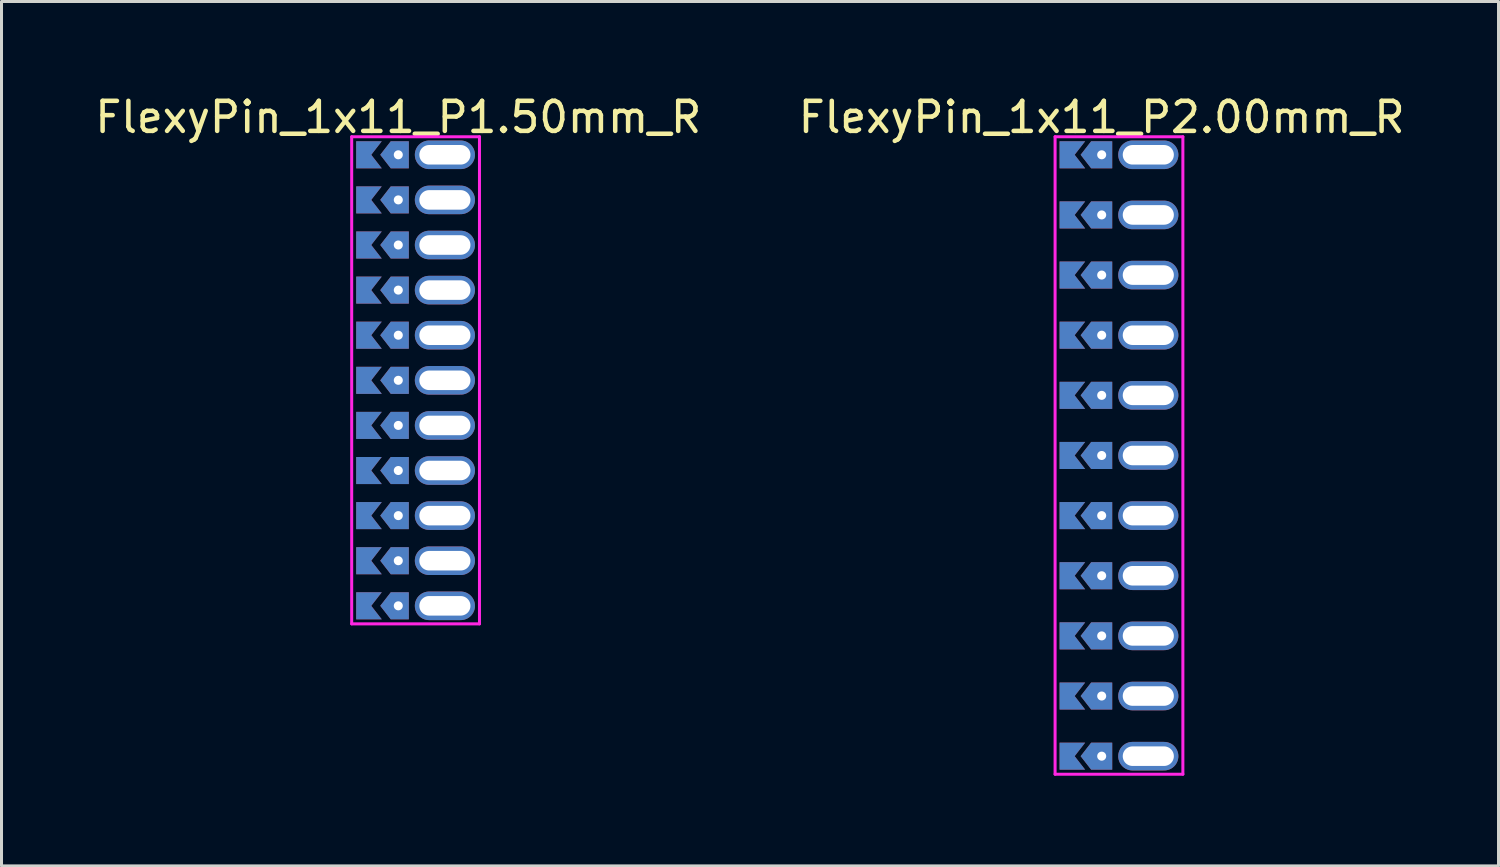
<source format=kicad_pcb>
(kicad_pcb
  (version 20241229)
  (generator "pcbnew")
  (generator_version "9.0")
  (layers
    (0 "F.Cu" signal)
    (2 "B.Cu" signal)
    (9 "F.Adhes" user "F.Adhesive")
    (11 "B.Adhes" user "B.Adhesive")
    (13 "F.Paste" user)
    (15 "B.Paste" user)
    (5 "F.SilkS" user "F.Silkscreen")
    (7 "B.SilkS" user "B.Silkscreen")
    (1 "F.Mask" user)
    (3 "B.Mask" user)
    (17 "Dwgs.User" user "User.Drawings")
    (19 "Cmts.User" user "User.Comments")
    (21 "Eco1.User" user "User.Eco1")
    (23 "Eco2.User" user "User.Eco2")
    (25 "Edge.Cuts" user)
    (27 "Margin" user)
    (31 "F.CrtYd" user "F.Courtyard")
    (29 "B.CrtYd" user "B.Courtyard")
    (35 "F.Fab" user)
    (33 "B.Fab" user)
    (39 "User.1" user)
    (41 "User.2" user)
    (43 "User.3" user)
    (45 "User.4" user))
  (footprint "FlexyPin_1x11_P2.00mm_R"
    (layer "F.Cu")
    (at 33.589 2.098)
    (property "Reference" "FlexyPin_1x11_P2.00mm_R" (at 0 -1.25 0) (layer "F.SilkS") (effects (font (size 1 1) (thickness 0.15))))
    (attr through_hole)
    (fp_line (start -1.55 -0.6) (end 2.7 -0.6) (stroke (width 0.1) (type solid)) (layer "F.CrtYd"))
    (fp_line (start -1.55 20.6) (end -1.55 -0.6) (stroke (width 0.1) (type solid)) (layer "F.CrtYd"))
    (fp_line (start 2.7 -0.6) (end 2.7 20.6) (stroke (width 0.1) (type solid)) (layer "F.CrtYd"))
    (fp_line (start 2.7 20.6) (end -1.55 20.6) (stroke (width 0.1) (type solid)) (layer "F.CrtYd"))
    (pad "" thru_hole custom (at 0 0) (size 0.3 0.3) (drill 0.6) (layers "*.Cu" "*.Mask") (options (anchor rect)) (primitives (gr_poly (pts (xy 0.35 0.45) (xy 0.35 -0.45) (xy -0.35 -0.45) (xy -0.7 0) (xy -0.35 0.45)) (width 0) (fill yes))))
    (pad "" thru_hole custom (at 0 2) (size 0.3 0.3) (drill 0.6) (layers "*.Cu" "*.Mask") (options (anchor rect)) (primitives (gr_poly (pts (xy 0.35 0.45) (xy 0.35 -0.45) (xy -0.35 -0.45) (xy -0.7 0) (xy -0.35 0.45)) (width 0) (fill yes))))
    (pad "" thru_hole custom (at 0 4) (size 0.3 0.3) (drill 0.6) (layers "*.Cu" "*.Mask") (options (anchor rect)) (primitives (gr_poly (pts (xy 0.35 0.45) (xy 0.35 -0.45) (xy -0.35 -0.45) (xy -0.7 0) (xy -0.35 0.45)) (width 0) (fill yes))))
    (pad "" thru_hole custom (at 0 6) (size 0.3 0.3) (drill 0.6) (layers "*.Cu" "*.Mask") (options (anchor rect)) (primitives (gr_poly (pts (xy 0.35 0.45) (xy 0.35 -0.45) (xy -0.35 -0.45) (xy -0.7 0) (xy -0.35 0.45)) (width 0) (fill yes))))
    (pad "" thru_hole custom (at 0 8) (size 0.3 0.3) (drill 0.6) (layers "*.Cu" "*.Mask") (options (anchor rect)) (primitives (gr_poly (pts (xy 0.35 0.45) (xy 0.35 -0.45) (xy -0.35 -0.45) (xy -0.7 0) (xy -0.35 0.45)) (width 0) (fill yes))))
    (pad "" thru_hole custom (at 0 10) (size 0.3 0.3) (drill 0.6) (layers "*.Cu" "*.Mask") (options (anchor rect)) (primitives (gr_poly (pts (xy 0.35 0.45) (xy 0.35 -0.45) (xy -0.35 -0.45) (xy -0.7 0) (xy -0.35 0.45)) (width 0) (fill yes))))
    (pad "" thru_hole custom (at 0 12) (size 0.3 0.3) (drill 0.6) (layers "*.Cu" "*.Mask") (options (anchor rect)) (primitives (gr_poly (pts (xy 0.35 0.45) (xy 0.35 -0.45) (xy -0.35 -0.45) (xy -0.7 0) (xy -0.35 0.45)) (width 0) (fill yes))))
    (pad "" thru_hole custom (at 0 14) (size 0.3 0.3) (drill 0.6) (layers "*.Cu" "*.Mask") (options (anchor rect)) (primitives (gr_poly (pts (xy 0.35 0.45) (xy 0.35 -0.45) (xy -0.35 -0.45) (xy -0.7 0) (xy -0.35 0.45)) (width 0) (fill yes))))
    (pad "" thru_hole custom (at 0 16) (size 0.3 0.3) (drill 0.6) (layers "*.Cu" "*.Mask") (options (anchor rect)) (primitives (gr_poly (pts (xy 0.35 0.45) (xy 0.35 -0.45) (xy -0.35 -0.45) (xy -0.7 0) (xy -0.35 0.45)) (width 0) (fill yes))))
    (pad "" thru_hole custom (at 0 18) (size 0.3 0.3) (drill 0.6) (layers "*.Cu" "*.Mask") (options (anchor rect)) (primitives (gr_poly (pts (xy 0.35 0.45) (xy 0.35 -0.45) (xy -0.35 -0.45) (xy -0.7 0) (xy -0.35 0.45)) (width 0) (fill yes))))
    (pad "" thru_hole custom (at 0 20) (size 0.3 0.3) (drill 0.6) (layers "*.Cu" "*.Mask") (options (anchor rect)) (primitives (gr_poly (pts (xy 0.35 0.45) (xy 0.35 -0.45) (xy -0.35 -0.45) (xy -0.7 0) (xy -0.35 0.45)) (width 0) (fill yes))))
    (pad "" thru_hole oval (at 1.55 0) (size 2 0.95) (drill oval 1.7 0.65) (layers "*.Cu" "*.Mask"))
    (pad "" thru_hole oval (at 1.55 2) (size 2 0.95) (drill oval 1.7 0.65) (layers "*.Cu" "*.Mask"))
    (pad "" thru_hole oval (at 1.55 4) (size 2 0.95) (drill oval 1.7 0.65) (layers "*.Cu" "*.Mask"))
    (pad "" thru_hole oval (at 1.55 6) (size 2 0.95) (drill oval 1.7 0.65) (layers "*.Cu" "*.Mask"))
    (pad "" thru_hole oval (at 1.55 8) (size 2 0.95) (drill oval 1.7 0.65) (layers "*.Cu" "*.Mask"))
    (pad "" thru_hole oval (at 1.55 10) (size 2 0.95) (drill oval 1.7 0.65) (layers "*.Cu" "*.Mask"))
    (pad "" thru_hole oval (at 1.55 12) (size 2 0.95) (drill oval 1.7 0.65) (layers "*.Cu" "*.Mask"))
    (pad "" thru_hole oval (at 1.55 14) (size 2 0.95) (drill oval 1.7 0.65) (layers "*.Cu" "*.Mask"))
    (pad "" thru_hole oval (at 1.55 16) (size 2 0.95) (drill oval 1.7 0.65) (layers "*.Cu" "*.Mask"))
    (pad "" thru_hole oval (at 1.55 18) (size 2 0.95) (drill oval 1.7 0.65) (layers "*.Cu" "*.Mask"))
    (pad "" thru_hole oval (at 1.55 20) (size 2 0.95) (drill oval 1.7 0.65) (layers "*.Cu" "*.Mask"))
    (pad "1" smd custom (at -0.9 0) (size 0.01 0.01) (layers "F.Cu" "F.Mask") (options (anchor rect)) (primitives (gr_poly (pts (xy 0 0) (xy 0.35 0.45) (xy -0.5 0.45) (xy -0.5 -0.45) (xy 0.35 -0.45)) (width 0) (fill yes))))
    (pad "1" smd custom (at -0.9 2) (size 0.01 0.01) (layers "F.Cu" "F.Mask") (options (anchor rect)) (primitives (gr_poly (pts (xy 0 0) (xy 0.35 0.45) (xy -0.5 0.45) (xy -0.5 -0.45) (xy 0.35 -0.45)) (width 0) (fill yes))))
    (pad "1" smd custom (at -0.9 4) (size 0.01 0.01) (layers "F.Cu" "F.Mask") (options (anchor rect)) (primitives (gr_poly (pts (xy 0 0) (xy 0.35 0.45) (xy -0.5 0.45) (xy -0.5 -0.45) (xy 0.35 -0.45)) (width 0) (fill yes))))
    (pad "1" smd custom (at -0.9 6) (size 0.01 0.01) (layers "F.Cu" "F.Mask") (options (anchor rect)) (primitives (gr_poly (pts (xy 0 0) (xy 0.35 0.45) (xy -0.5 0.45) (xy -0.5 -0.45) (xy 0.35 -0.45)) (width 0) (fill yes))))
    (pad "1" smd custom (at -0.9 8) (size 0.01 0.01) (layers "F.Cu" "F.Mask") (options (anchor rect)) (primitives (gr_poly (pts (xy 0 0) (xy 0.35 0.45) (xy -0.5 0.45) (xy -0.5 -0.45) (xy 0.35 -0.45)) (width 0) (fill yes))))
    (pad "1" smd custom (at -0.9 10) (size 0.01 0.01) (layers "F.Cu" "F.Mask") (options (anchor rect)) (primitives (gr_poly (pts (xy 0 0) (xy 0.35 0.45) (xy -0.5 0.45) (xy -0.5 -0.45) (xy 0.35 -0.45)) (width 0) (fill yes))))
    (pad "1" smd custom (at -0.9 12) (size 0.01 0.01) (layers "F.Cu" "F.Mask") (options (anchor rect)) (primitives (gr_poly (pts (xy 0 0) (xy 0.35 0.45) (xy -0.5 0.45) (xy -0.5 -0.45) (xy 0.35 -0.45)) (width 0) (fill yes))))
    (pad "1" smd custom (at -0.9 14) (size 0.01 0.01) (layers "F.Cu" "F.Mask") (options (anchor rect)) (primitives (gr_poly (pts (xy 0 0) (xy 0.35 0.45) (xy -0.5 0.45) (xy -0.5 -0.45) (xy 0.35 -0.45)) (width 0) (fill yes))))
    (pad "1" smd custom (at -0.9 16) (size 0.01 0.01) (layers "F.Cu" "F.Mask") (options (anchor rect)) (primitives (gr_poly (pts (xy 0 0) (xy 0.35 0.45) (xy -0.5 0.45) (xy -0.5 -0.45) (xy 0.35 -0.45)) (width 0) (fill yes))))
    (pad "1" smd custom (at -0.9 18) (size 0.01 0.01) (layers "F.Cu" "F.Mask") (options (anchor rect)) (primitives (gr_poly (pts (xy 0 0) (xy 0.35 0.45) (xy -0.5 0.45) (xy -0.5 -0.45) (xy 0.35 -0.45)) (width 0) (fill yes))))
    (pad "1" smd custom (at -0.9 20) (size 0.01 0.01) (layers "F.Cu" "F.Mask") (options (anchor rect)) (primitives (gr_poly (pts (xy 0 0) (xy 0.35 0.45) (xy -0.5 0.45) (xy -0.5 -0.45) (xy 0.35 -0.45)) (width 0) (fill yes))))
    (pad "2" smd custom (at -0.9 0) (size 0.01 0.01) (layers "B.Cu" "B.Mask") (options (anchor rect)) (primitives (gr_poly (pts (xy 0 0) (xy 0.35 0.45) (xy -0.5 0.45) (xy -0.5 -0.45) (xy 0.35 -0.45)) (width 0) (fill yes))))
    (pad "2" smd custom (at -0.9 2) (size 0.01 0.01) (layers "B.Cu" "B.Mask") (options (anchor rect)) (primitives (gr_poly (pts (xy 0 0) (xy 0.35 0.45) (xy -0.5 0.45) (xy -0.5 -0.45) (xy 0.35 -0.45)) (width 0) (fill yes))))
    (pad "2" smd custom (at -0.9 4) (size 0.01 0.01) (layers "B.Cu" "B.Mask") (options (anchor rect)) (primitives (gr_poly (pts (xy 0 0) (xy 0.35 0.45) (xy -0.5 0.45) (xy -0.5 -0.45) (xy 0.35 -0.45)) (width 0) (fill yes))))
    (pad "2" smd custom (at -0.9 6) (size 0.01 0.01) (layers "B.Cu" "B.Mask") (options (anchor rect)) (primitives (gr_poly (pts (xy 0 0) (xy 0.35 0.45) (xy -0.5 0.45) (xy -0.5 -0.45) (xy 0.35 -0.45)) (width 0) (fill yes))))
    (pad "2" smd custom (at -0.9 8) (size 0.01 0.01) (layers "B.Cu" "B.Mask") (options (anchor rect)) (primitives (gr_poly (pts (xy 0 0) (xy 0.35 0.45) (xy -0.5 0.45) (xy -0.5 -0.45) (xy 0.35 -0.45)) (width 0) (fill yes))))
    (pad "2" smd custom (at -0.9 10) (size 0.01 0.01) (layers "B.Cu" "B.Mask") (options (anchor rect)) (primitives (gr_poly (pts (xy 0 0) (xy 0.35 0.45) (xy -0.5 0.45) (xy -0.5 -0.45) (xy 0.35 -0.45)) (width 0) (fill yes))))
    (pad "2" smd custom (at -0.9 12) (size 0.01 0.01) (layers "B.Cu" "B.Mask") (options (anchor rect)) (primitives (gr_poly (pts (xy 0 0) (xy 0.35 0.45) (xy -0.5 0.45) (xy -0.5 -0.45) (xy 0.35 -0.45)) (width 0) (fill yes))))
    (pad "2" smd custom (at -0.9 14) (size 0.01 0.01) (layers "B.Cu" "B.Mask") (options (anchor rect)) (primitives (gr_poly (pts (xy 0 0) (xy 0.35 0.45) (xy -0.5 0.45) (xy -0.5 -0.45) (xy 0.35 -0.45)) (width 0) (fill yes))))
    (pad "2" smd custom (at -0.9 16) (size 0.01 0.01) (layers "B.Cu" "B.Mask") (options (anchor rect)) (primitives (gr_poly (pts (xy 0 0) (xy 0.35 0.45) (xy -0.5 0.45) (xy -0.5 -0.45) (xy 0.35 -0.45)) (width 0) (fill yes))))
    (pad "2" smd custom (at -0.9 18) (size 0.01 0.01) (layers "B.Cu" "B.Mask") (options (anchor rect)) (primitives (gr_poly (pts (xy 0 0) (xy 0.35 0.45) (xy -0.5 0.45) (xy -0.5 -0.45) (xy 0.35 -0.45)) (width 0) (fill yes))))
    (pad "2" smd custom (at -0.9 20) (size 0.01 0.01) (layers "B.Cu" "B.Mask") (options (anchor rect)) (primitives (gr_poly (pts (xy 0 0) (xy 0.35 0.45) (xy -0.5 0.45) (xy -0.5 -0.45) (xy 0.35 -0.45)) (width 0) (fill yes)))))
  (footprint "FlexyPin_1x11_P1.50mm_R"
    (layer "F.Cu")
    (at 10.196 2.098)
    (property "Reference" "FlexyPin_1x11_P1.50mm_R" (at 0 -1.25 0) (layer "F.SilkS") (effects (font (size 1 1) (thickness 0.15))))
    (attr through_hole)
    (fp_line (start -1.55 -0.6) (end 2.7 -0.6) (stroke (width 0.1) (type solid)) (layer "F.CrtYd"))
    (fp_line (start -1.55 15.6) (end -1.55 -0.6) (stroke (width 0.1) (type solid)) (layer "F.CrtYd"))
    (fp_line (start 2.7 -0.6) (end 2.7 15.6) (stroke (width 0.1) (type solid)) (layer "F.CrtYd"))
    (fp_line (start 2.7 15.6) (end -1.55 15.6) (stroke (width 0.1) (type solid)) (layer "F.CrtYd"))
    (pad "" thru_hole custom (at 0 0) (size 0.3 0.3) (drill 0.6) (layers "*.Cu" "*.Mask") (options (anchor rect)) (primitives (gr_poly (pts (xy 0.35 0.45) (xy 0.35 -0.45) (xy -0.25 -0.45) (xy -0.6 0) (xy -0.25 0.45)) (width 0) (fill yes))))
    (pad "" thru_hole custom (at 0 1.5) (size 0.3 0.3) (drill 0.6) (layers "*.Cu" "*.Mask") (options (anchor rect)) (primitives (gr_poly (pts (xy 0.35 0.45) (xy 0.35 -0.45) (xy -0.25 -0.45) (xy -0.6 0) (xy -0.25 0.45)) (width 0) (fill yes))))
    (pad "" thru_hole custom (at 0 3) (size 0.3 0.3) (drill 0.6) (layers "*.Cu" "*.Mask") (options (anchor rect)) (primitives (gr_poly (pts (xy 0.35 0.45) (xy 0.35 -0.45) (xy -0.25 -0.45) (xy -0.6 0) (xy -0.25 0.45)) (width 0) (fill yes))))
    (pad "" thru_hole custom (at 0 4.5) (size 0.3 0.3) (drill 0.6) (layers "*.Cu" "*.Mask") (options (anchor rect)) (primitives (gr_poly (pts (xy 0.35 0.45) (xy 0.35 -0.45) (xy -0.25 -0.45) (xy -0.6 0) (xy -0.25 0.45)) (width 0) (fill yes))))
    (pad "" thru_hole custom (at 0 6) (size 0.3 0.3) (drill 0.6) (layers "*.Cu" "*.Mask") (options (anchor rect)) (primitives (gr_poly (pts (xy 0.35 0.45) (xy 0.35 -0.45) (xy -0.25 -0.45) (xy -0.6 0) (xy -0.25 0.45)) (width 0) (fill yes))))
    (pad "" thru_hole custom (at 0 7.5) (size 0.3 0.3) (drill 0.6) (layers "*.Cu" "*.Mask") (options (anchor rect)) (primitives (gr_poly (pts (xy 0.35 0.45) (xy 0.35 -0.45) (xy -0.25 -0.45) (xy -0.6 0) (xy -0.25 0.45)) (width 0) (fill yes))))
    (pad "" thru_hole custom (at 0 9) (size 0.3 0.3) (drill 0.6) (layers "*.Cu" "*.Mask") (options (anchor rect)) (primitives (gr_poly (pts (xy 0.35 0.45) (xy 0.35 -0.45) (xy -0.25 -0.45) (xy -0.6 0) (xy -0.25 0.45)) (width 0) (fill yes))))
    (pad "" thru_hole custom (at 0 10.5) (size 0.3 0.3) (drill 0.6) (layers "*.Cu" "*.Mask") (options (anchor rect)) (primitives (gr_poly (pts (xy 0.35 0.45) (xy 0.35 -0.45) (xy -0.25 -0.45) (xy -0.6 0) (xy -0.25 0.45)) (width 0) (fill yes))))
    (pad "" thru_hole custom (at 0 12) (size 0.3 0.3) (drill 0.6) (layers "*.Cu" "*.Mask") (options (anchor rect)) (primitives (gr_poly (pts (xy 0.35 0.45) (xy 0.35 -0.45) (xy -0.25 -0.45) (xy -0.6 0) (xy -0.25 0.45)) (width 0) (fill yes))))
    (pad "" thru_hole custom (at 0 13.5) (size 0.3 0.3) (drill 0.6) (layers "*.Cu" "*.Mask") (options (anchor rect)) (primitives (gr_poly (pts (xy 0.35 0.45) (xy 0.35 -0.45) (xy -0.25 -0.45) (xy -0.6 0) (xy -0.25 0.45)) (width 0) (fill yes))))
    (pad "" thru_hole custom (at 0 15) (size 0.3 0.3) (drill 0.6) (layers "*.Cu" "*.Mask") (options (anchor rect)) (primitives (gr_poly (pts (xy 0.35 0.45) (xy 0.35 -0.45) (xy -0.25 -0.45) (xy -0.6 0) (xy -0.25 0.45)) (width 0) (fill yes))))
    (pad "" thru_hole oval (at 1.55 0) (size 2 0.95) (drill oval 1.7 0.65) (layers "*.Cu" "*.Mask"))
    (pad "" thru_hole oval (at 1.55 1.5) (size 2 0.95) (drill oval 1.7 0.65) (layers "*.Cu" "*.Mask"))
    (pad "" thru_hole oval (at 1.55 3) (size 2 0.95) (drill oval 1.7 0.65) (layers "*.Cu" "*.Mask"))
    (pad "" thru_hole oval (at 1.55 4.5) (size 2 0.95) (drill oval 1.7 0.65) (layers "*.Cu" "*.Mask"))
    (pad "" thru_hole oval (at 1.55 6) (size 2 0.95) (drill oval 1.7 0.65) (layers "*.Cu" "*.Mask"))
    (pad "" thru_hole oval (at 1.55 7.5) (size 2 0.95) (drill oval 1.7 0.65) (layers "*.Cu" "*.Mask"))
    (pad "" thru_hole oval (at 1.55 9) (size 2 0.95) (drill oval 1.7 0.65) (layers "*.Cu" "*.Mask"))
    (pad "" thru_hole oval (at 1.55 10.5) (size 2 0.95) (drill oval 1.7 0.65) (layers "*.Cu" "*.Mask"))
    (pad "" thru_hole oval (at 1.55 12) (size 2 0.95) (drill oval 1.7 0.65) (layers "*.Cu" "*.Mask"))
    (pad "" thru_hole oval (at 1.55 13.5) (size 2 0.95) (drill oval 1.7 0.65) (layers "*.Cu" "*.Mask"))
    (pad "" thru_hole oval (at 1.55 15) (size 2 0.95) (drill oval 1.7 0.65) (layers "*.Cu" "*.Mask"))
    (pad "1" smd custom (at -0.9 0) (size 0.01 0.01) (layers "F.Cu" "F.Mask") (options (anchor rect)) (primitives (gr_poly (pts (xy 0 0) (xy 0.35 0.45) (xy -0.5 0.45) (xy -0.5 -0.45) (xy 0.35 -0.45)) (width 0) (fill yes))))
    (pad "2" smd custom (at -0.9 1.5) (size 0.01 0.01) (layers "F.Cu" "F.Mask") (options (anchor rect)) (primitives (gr_poly (pts (xy 0 0) (xy 0.35 0.45) (xy -0.5 0.45) (xy -0.5 -0.45) (xy 0.35 -0.45)) (width 0) (fill yes))))
    (pad "3" smd custom (at -0.9 3) (size 0.01 0.01) (layers "F.Cu" "F.Mask") (options (anchor rect)) (primitives (gr_poly (pts (xy 0 0) (xy 0.35 0.45) (xy -0.5 0.45) (xy -0.5 -0.45) (xy 0.35 -0.45)) (width 0) (fill yes))))
    (pad "4" smd custom (at -0.9 4.5) (size 0.01 0.01) (layers "F.Cu" "F.Mask") (options (anchor rect)) (primitives (gr_poly (pts (xy 0 0) (xy 0.35 0.45) (xy -0.5 0.45) (xy -0.5 -0.45) (xy 0.35 -0.45)) (width 0) (fill yes))))
    (pad "5" smd custom (at -0.9 6) (size 0.01 0.01) (layers "F.Cu" "F.Mask") (options (anchor rect)) (primitives (gr_poly (pts (xy 0 0) (xy 0.35 0.45) (xy -0.5 0.45) (xy -0.5 -0.45) (xy 0.35 -0.45)) (width 0) (fill yes))))
    (pad "6" smd custom (at -0.9 7.5) (size 0.01 0.01) (layers "F.Cu" "F.Mask") (options (anchor rect)) (primitives (gr_poly (pts (xy 0 0) (xy 0.35 0.45) (xy -0.5 0.45) (xy -0.5 -0.45) (xy 0.35 -0.45)) (width 0) (fill yes))))
    (pad "7" smd custom (at -0.9 9) (size 0.01 0.01) (layers "F.Cu" "F.Mask") (options (anchor rect)) (primitives (gr_poly (pts (xy 0 0) (xy 0.35 0.45) (xy -0.5 0.45) (xy -0.5 -0.45) (xy 0.35 -0.45)) (width 0) (fill yes))))
    (pad "8" smd custom (at -0.9 10.5) (size 0.01 0.01) (layers "F.Cu" "F.Mask") (options (anchor rect)) (primitives (gr_poly (pts (xy 0 0) (xy 0.35 0.45) (xy -0.5 0.45) (xy -0.5 -0.45) (xy 0.35 -0.45)) (width 0) (fill yes))))
    (pad "9" smd custom (at -0.9 12) (size 0.01 0.01) (layers "F.Cu" "F.Mask") (options (anchor rect)) (primitives (gr_poly (pts (xy 0 0) (xy 0.35 0.45) (xy -0.5 0.45) (xy -0.5 -0.45) (xy 0.35 -0.45)) (width 0) (fill yes))))
    (pad "10" smd custom (at -0.9 13.5) (size 0.01 0.01) (layers "F.Cu" "F.Mask") (options (anchor rect)) (primitives (gr_poly (pts (xy 0 0) (xy 0.35 0.45) (xy -0.5 0.45) (xy -0.5 -0.45) (xy 0.35 -0.45)) (width 0) (fill yes))))
    (pad "11" smd custom (at -0.9 15) (size 0.01 0.01) (layers "F.Cu" "F.Mask") (options (anchor rect)) (primitives (gr_poly (pts (xy 0 0) (xy 0.35 0.45) (xy -0.5 0.45) (xy -0.5 -0.45) (xy 0.35 -0.45)) (width 0) (fill yes))))
    (pad "12" smd custom (at -0.9 0) (size 0.01 0.01) (layers "B.Cu" "B.Mask") (options (anchor rect)) (primitives (gr_poly (pts (xy 0 0) (xy 0.35 0.45) (xy -0.5 0.45) (xy -0.5 -0.45) (xy 0.35 -0.45)) (width 0) (fill yes))))
    (pad "13" smd custom (at -0.9 1.5) (size 0.01 0.01) (layers "B.Cu" "B.Mask") (options (anchor rect)) (primitives (gr_poly (pts (xy 0 0) (xy 0.35 0.45) (xy -0.5 0.45) (xy -0.5 -0.45) (xy 0.35 -0.45)) (width 0) (fill yes))))
    (pad "14" smd custom (at -0.9 3) (size 0.01 0.01) (layers "B.Cu" "B.Mask") (options (anchor rect)) (primitives (gr_poly (pts (xy 0 0) (xy 0.35 0.45) (xy -0.5 0.45) (xy -0.5 -0.45) (xy 0.35 -0.45)) (width 0) (fill yes))))
    (pad "15" smd custom (at -0.9 4.5) (size 0.01 0.01) (layers "B.Cu" "B.Mask") (options (anchor rect)) (primitives (gr_poly (pts (xy 0 0) (xy 0.35 0.45) (xy -0.5 0.45) (xy -0.5 -0.45) (xy 0.35 -0.45)) (width 0) (fill yes))))
    (pad "16" smd custom (at -0.9 6) (size 0.01 0.01) (layers "B.Cu" "B.Mask") (options (anchor rect)) (primitives (gr_poly (pts (xy 0 0) (xy 0.35 0.45) (xy -0.5 0.45) (xy -0.5 -0.45) (xy 0.35 -0.45)) (width 0) (fill yes))))
    (pad "17" smd custom (at -0.9 7.5) (size 0.01 0.01) (layers "B.Cu" "B.Mask") (options (anchor rect)) (primitives (gr_poly (pts (xy 0 0) (xy 0.35 0.45) (xy -0.5 0.45) (xy -0.5 -0.45) (xy 0.35 -0.45)) (width 0) (fill yes))))
    (pad "18" smd custom (at -0.9 9) (size 0.01 0.01) (layers "B.Cu" "B.Mask") (options (anchor rect)) (primitives (gr_poly (pts (xy 0 0) (xy 0.35 0.45) (xy -0.5 0.45) (xy -0.5 -0.45) (xy 0.35 -0.45)) (width 0) (fill yes))))
    (pad "19" smd custom (at -0.9 10.5) (size 0.01 0.01) (layers "B.Cu" "B.Mask") (options (anchor rect)) (primitives (gr_poly (pts (xy 0 0) (xy 0.35 0.45) (xy -0.5 0.45) (xy -0.5 -0.45) (xy 0.35 -0.45)) (width 0) (fill yes))))
    (pad "20" smd custom (at -0.9 12) (size 0.01 0.01) (layers "B.Cu" "B.Mask") (options (anchor rect)) (primitives (gr_poly (pts (xy 0 0) (xy 0.35 0.45) (xy -0.5 0.45) (xy -0.5 -0.45) (xy 0.35 -0.45)) (width 0) (fill yes))))
    (pad "21" smd custom (at -0.9 13.5) (size 0.01 0.01) (layers "B.Cu" "B.Mask") (options (anchor rect)) (primitives (gr_poly (pts (xy 0 0) (xy 0.35 0.45) (xy -0.5 0.45) (xy -0.5 -0.45) (xy 0.35 -0.45)) (width 0) (fill yes))))
    (pad "22" smd custom (at -0.9 15) (size 0.01 0.01) (layers "B.Cu" "B.Mask") (options (anchor rect)) (primitives (gr_poly (pts (xy 0 0) (xy 0.35 0.45) (xy -0.5 0.45) (xy -0.5 -0.45) (xy 0.35 -0.45)) (width 0) (fill yes)))))
  (gr_rect
    (start -3 -3)
    (end 46.786 25.748)
    (stroke (width 0.1) (type default))
    (fill no)
    (layer "Edge.Cuts")))
</source>
